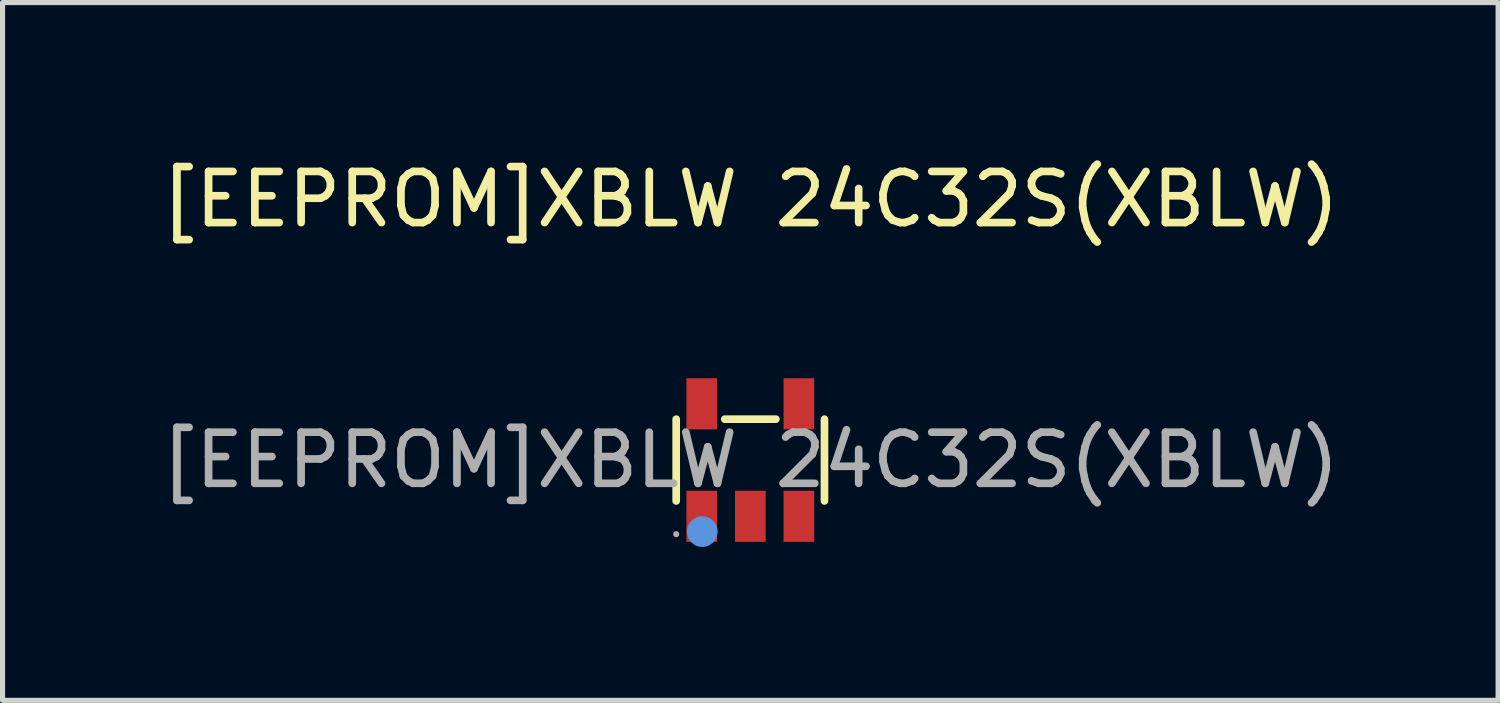
<source format=kicad_pcb>
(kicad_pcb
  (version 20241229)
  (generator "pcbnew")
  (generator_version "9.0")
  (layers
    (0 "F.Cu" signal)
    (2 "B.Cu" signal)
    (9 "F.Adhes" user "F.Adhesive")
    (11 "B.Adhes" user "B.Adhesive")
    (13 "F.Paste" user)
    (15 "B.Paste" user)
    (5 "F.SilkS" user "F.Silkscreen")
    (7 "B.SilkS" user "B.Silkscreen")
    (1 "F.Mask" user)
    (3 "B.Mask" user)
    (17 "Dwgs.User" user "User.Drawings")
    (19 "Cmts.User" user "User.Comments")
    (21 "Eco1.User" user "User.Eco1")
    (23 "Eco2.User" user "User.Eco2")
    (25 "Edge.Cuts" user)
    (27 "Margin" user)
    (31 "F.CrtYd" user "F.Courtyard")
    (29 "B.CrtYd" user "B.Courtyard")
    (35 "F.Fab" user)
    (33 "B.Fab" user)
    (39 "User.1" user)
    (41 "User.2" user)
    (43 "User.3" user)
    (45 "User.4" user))
  (footprint "[EEPROM]XBLW 24C32S(XBLW)"
    (layer "F.Cu")
    (at 11.625 5.948)
    (property "Reference" "[EEPROM]XBLW 24C32S(XBLW)" (at 0 -5.1 0) (layer "F.SilkS") (effects (font (size 1 1) (thickness 0.15))))
    (attr through_hole)
    (fp_line (start -1.45 -0.8) (end -1.45 0.8) (stroke (width 0.15) (type solid)) (layer "F.SilkS"))
    (fp_line (start -0.5 -0.8) (end 0.5 -0.8) (stroke (width 0.15) (type solid)) (layer "F.SilkS"))
    (fp_line (start 1.45 -0.8) (end 1.45 0.8) (stroke (width 0.15) (type solid)) (layer "F.SilkS"))
    (fp_circle (center -0.94 1.4) (end -0.79 1.4) (stroke (width 0.3) (type solid)) (fill no) (layer "Cmts.User"))
    (fp_circle (center -1.45 1.45) (end -1.42 1.45) (stroke (width 0.06) (type solid)) (fill no) (layer "F.Fab"))
    (fp_text user "${REFERENCE}" (at 0 0 0) (layer "F.Fab") (effects (font (size 1 1) (thickness 0.15))))
    (pad "1" smd rect (at -0.95 1.1) (size 0.6 1) (layers "F.Cu" "F.Mask" "F.Paste"))
    (pad "2" smd rect (at 0 1.1) (size 0.6 1) (layers "F.Cu" "F.Mask" "F.Paste"))
    (pad "3" smd rect (at 0.95 1.1) (size 0.6 1) (layers "F.Cu" "F.Mask" "F.Paste"))
    (pad "4" smd rect (at 0.95 -1.1) (size 0.6 1) (layers "F.Cu" "F.Mask" "F.Paste"))
    (pad "5" smd rect (at -0.95 -1.1) (size 0.6 1) (layers "F.Cu" "F.Mask" "F.Paste")))
  (gr_rect
    (start -3 -3)
    (end 26.25 10.648)
    (stroke (width 0.1) (type default))
    (fill no)
    (layer "Edge.Cuts")))
</source>
